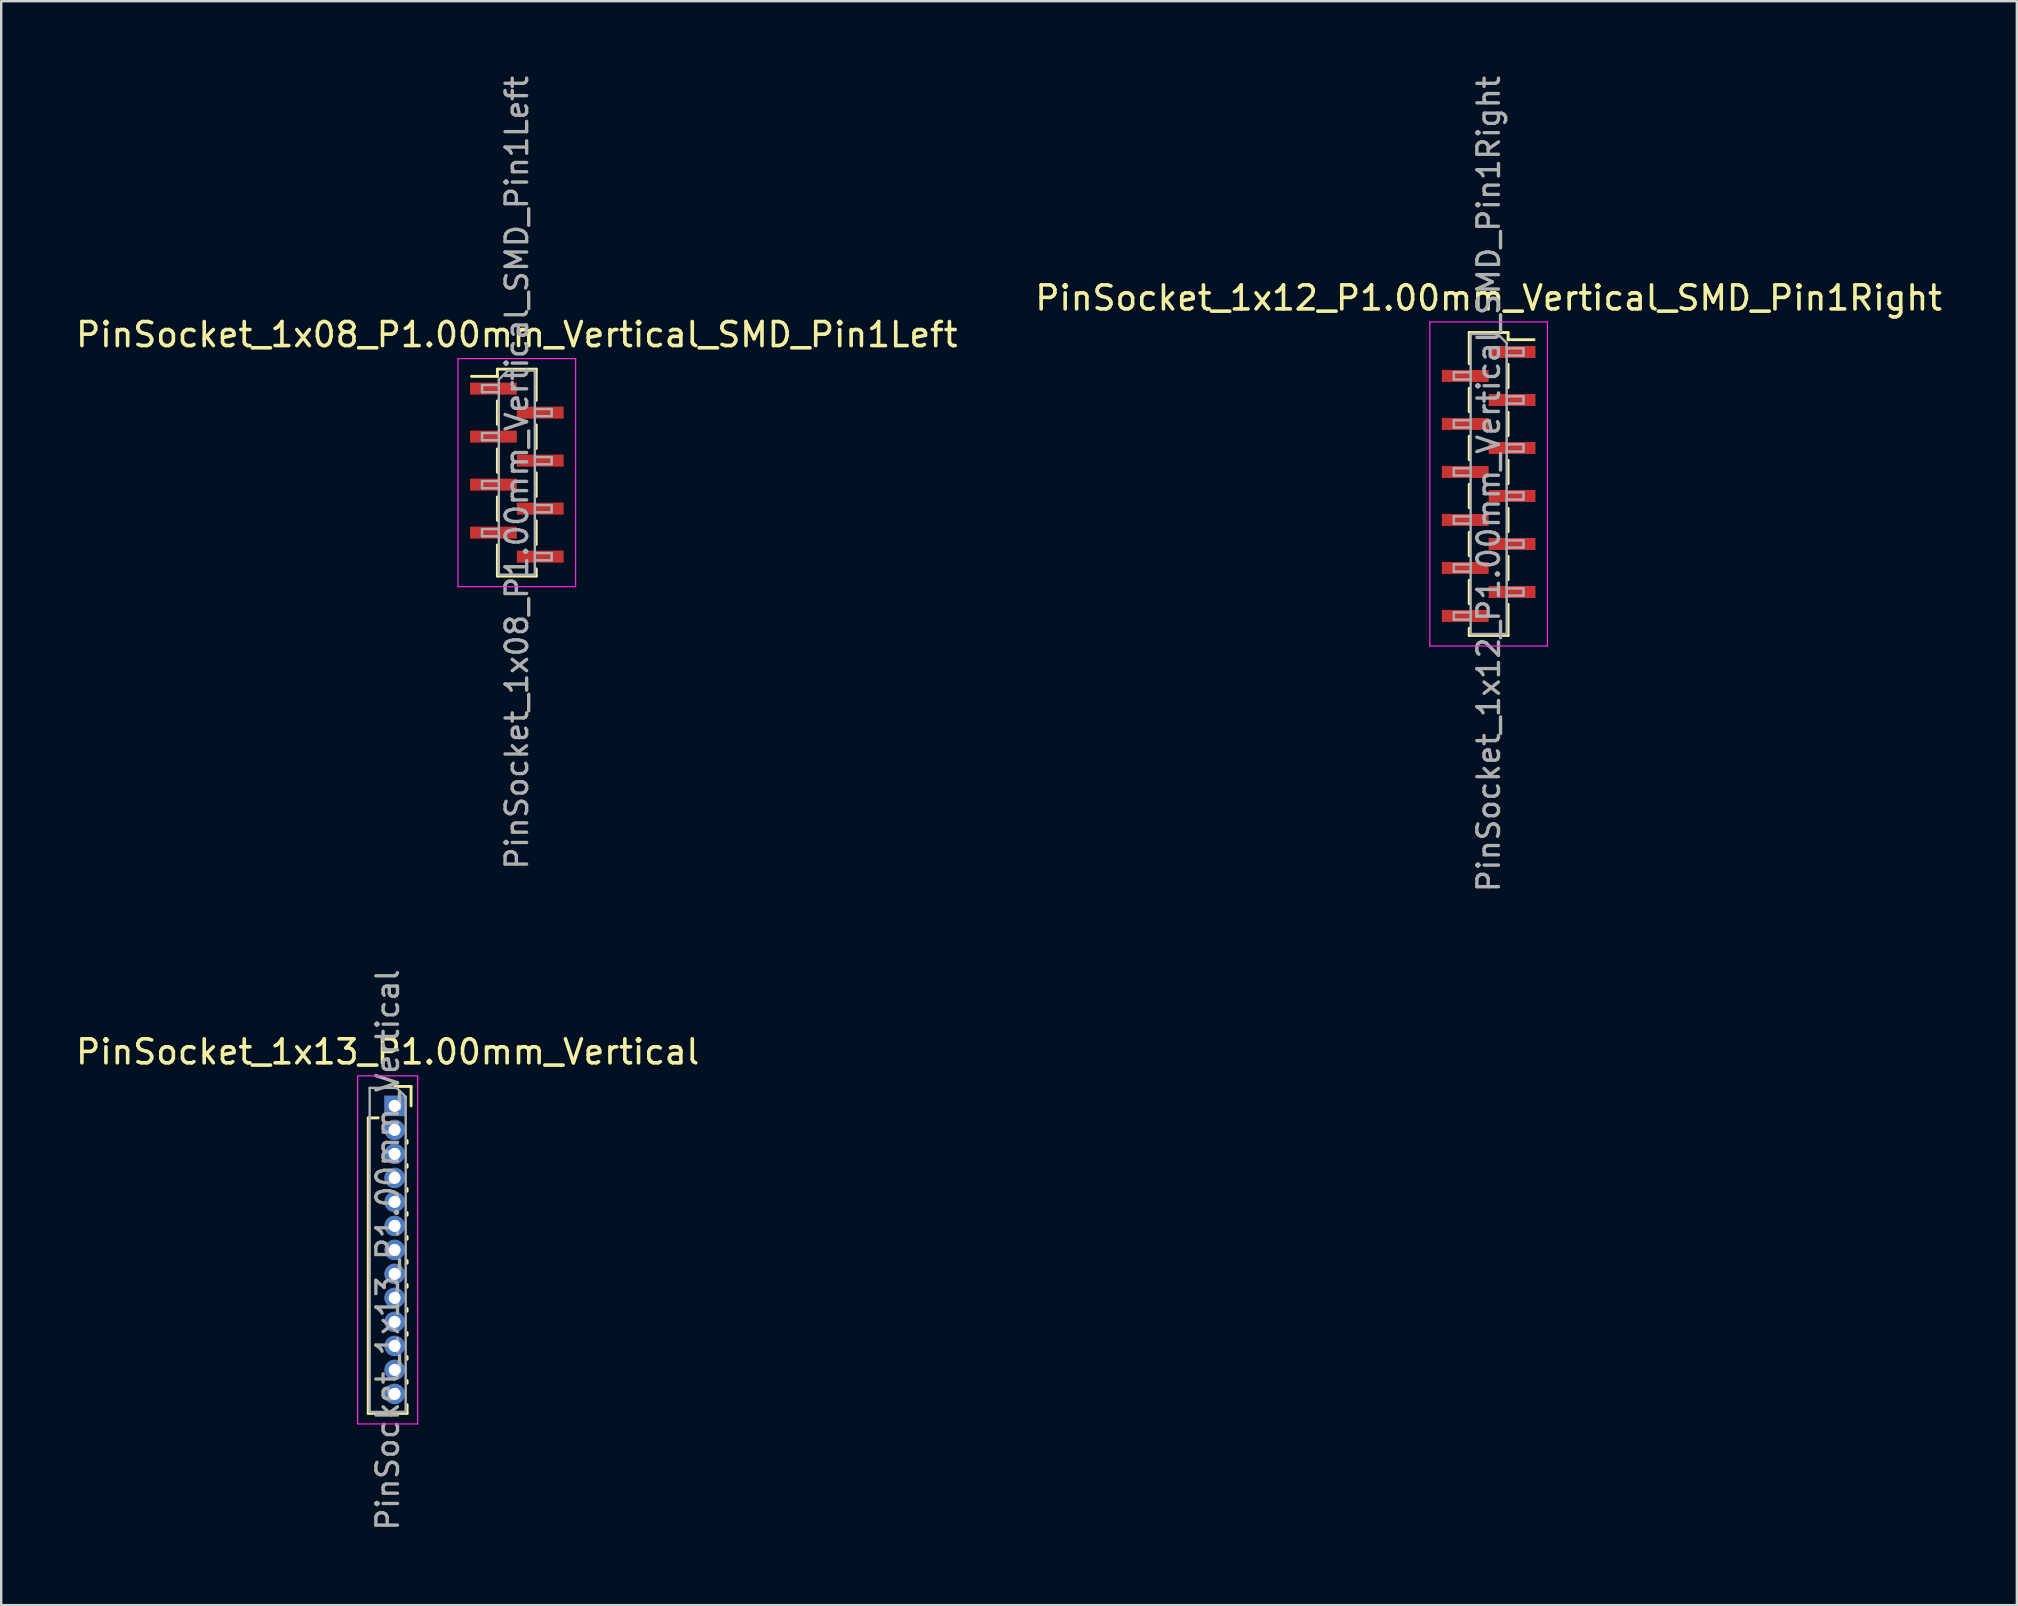
<source format=kicad_pcb>
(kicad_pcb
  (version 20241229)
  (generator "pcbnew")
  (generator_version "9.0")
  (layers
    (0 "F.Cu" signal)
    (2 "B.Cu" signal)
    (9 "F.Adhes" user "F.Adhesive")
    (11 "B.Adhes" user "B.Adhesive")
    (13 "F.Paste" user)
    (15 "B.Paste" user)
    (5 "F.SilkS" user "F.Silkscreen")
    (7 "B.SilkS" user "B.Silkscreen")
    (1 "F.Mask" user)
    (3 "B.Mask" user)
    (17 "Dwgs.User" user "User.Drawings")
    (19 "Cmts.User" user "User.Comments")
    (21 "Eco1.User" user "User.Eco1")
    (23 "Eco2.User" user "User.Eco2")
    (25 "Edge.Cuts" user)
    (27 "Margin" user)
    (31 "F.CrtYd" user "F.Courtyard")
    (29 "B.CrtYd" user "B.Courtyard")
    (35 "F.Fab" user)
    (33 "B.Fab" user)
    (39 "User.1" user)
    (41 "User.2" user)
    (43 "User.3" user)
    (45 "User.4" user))
  (footprint "PinSocket_1x12_P1.00mm_Vertical_SMD_Pin1Right"
    (layer "F.Cu")
    (at 58.97 17.113)
    (property "Reference" "PinSocket_1x12_P1.00mm_Vertical_SMD_Pin1Right" (at 0 -7.75 0) (layer "F.SilkS") (effects (font (size 1 1) (thickness 0.15))))
    (attr smd)
    (fp_line (start -0.81 -6.31) (end -0.81 -5.01) (stroke (width 0.12) (type solid)) (layer "F.SilkS"))
    (fp_line (start -0.81 -6.31) (end 0.81 -6.31) (stroke (width 0.12) (type solid)) (layer "F.SilkS"))
    (fp_line (start -0.81 -3.99) (end -0.81 -3.01) (stroke (width 0.12) (type solid)) (layer "F.SilkS"))
    (fp_line (start -0.81 -1.99) (end -0.81 -1.01) (stroke (width 0.12) (type solid)) (layer "F.SilkS"))
    (fp_line (start -0.81 0.01) (end -0.81 0.99) (stroke (width 0.12) (type solid)) (layer "F.SilkS"))
    (fp_line (start -0.81 2.01) (end -0.81 2.99) (stroke (width 0.12) (type solid)) (layer "F.SilkS"))
    (fp_line (start -0.81 4.01) (end -0.81 4.99) (stroke (width 0.12) (type solid)) (layer "F.SilkS"))
    (fp_line (start -0.81 6.01) (end -0.81 6.31) (stroke (width 0.12) (type solid)) (layer "F.SilkS"))
    (fp_line (start -0.81 6.31) (end 0.81 6.31) (stroke (width 0.12) (type solid)) (layer "F.SilkS"))
    (fp_line (start 0.81 -6.31) (end 0.81 -6.01) (stroke (width 0.12) (type solid)) (layer "F.SilkS"))
    (fp_line (start 0.81 -6.01) (end 1.89 -6.01) (stroke (width 0.12) (type solid)) (layer "F.SilkS"))
    (fp_line (start 0.81 -4.99) (end 0.81 -4.01) (stroke (width 0.12) (type solid)) (layer "F.SilkS"))
    (fp_line (start 0.81 -2.99) (end 0.81 -2.01) (stroke (width 0.12) (type solid)) (layer "F.SilkS"))
    (fp_line (start 0.81 -0.99) (end 0.81 -0.01) (stroke (width 0.12) (type solid)) (layer "F.SilkS"))
    (fp_line (start 0.81 1.01) (end 0.81 1.99) (stroke (width 0.12) (type solid)) (layer "F.SilkS"))
    (fp_line (start 0.81 3.01) (end 0.81 3.99) (stroke (width 0.12) (type solid)) (layer "F.SilkS"))
    (fp_line (start 0.81 5.01) (end 0.81 6.31) (stroke (width 0.12) (type solid)) (layer "F.SilkS"))
    (fp_line (start -2.45 -6.75) (end 2.45 -6.75) (stroke (width 0.05) (type solid)) (layer "F.CrtYd"))
    (fp_line (start -2.45 6.75) (end -2.45 -6.75) (stroke (width 0.05) (type solid)) (layer "F.CrtYd"))
    (fp_line (start 2.45 -6.75) (end 2.45 6.75) (stroke (width 0.05) (type solid)) (layer "F.CrtYd"))
    (fp_line (start 2.45 6.75) (end -2.45 6.75) (stroke (width 0.05) (type solid)) (layer "F.CrtYd"))
    (fp_line (start -1.45 -4.65) (end -0.75 -4.65) (stroke (width 0.1) (type solid)) (layer "F.Fab"))
    (fp_line (start -1.45 -4.35) (end -1.45 -4.65) (stroke (width 0.1) (type solid)) (layer "F.Fab"))
    (fp_line (start -1.45 -2.65) (end -0.75 -2.65) (stroke (width 0.1) (type solid)) (layer "F.Fab"))
    (fp_line (start -1.45 -2.35) (end -1.45 -2.65) (stroke (width 0.1) (type solid)) (layer "F.Fab"))
    (fp_line (start -1.45 -0.65) (end -0.75 -0.65) (stroke (width 0.1) (type solid)) (layer "F.Fab"))
    (fp_line (start -1.45 -0.35) (end -1.45 -0.65) (stroke (width 0.1) (type solid)) (layer "F.Fab"))
    (fp_line (start -1.45 1.35) (end -0.75 1.35) (stroke (width 0.1) (type solid)) (layer "F.Fab"))
    (fp_line (start -1.45 1.65) (end -1.45 1.35) (stroke (width 0.1) (type solid)) (layer "F.Fab"))
    (fp_line (start -1.45 3.35) (end -0.75 3.35) (stroke (width 0.1) (type solid)) (layer "F.Fab"))
    (fp_line (start -1.45 3.65) (end -1.45 3.35) (stroke (width 0.1) (type solid)) (layer "F.Fab"))
    (fp_line (start -1.45 5.35) (end -0.75 5.35) (stroke (width 0.1) (type solid)) (layer "F.Fab"))
    (fp_line (start -1.45 5.65) (end -1.45 5.35) (stroke (width 0.1) (type solid)) (layer "F.Fab"))
    (fp_line (start -0.75 -6.25) (end 0.375 -6.25) (stroke (width 0.1) (type solid)) (layer "F.Fab"))
    (fp_line (start -0.75 -4.35) (end -1.45 -4.35) (stroke (width 0.1) (type solid)) (layer "F.Fab"))
    (fp_line (start -0.75 -2.35) (end -1.45 -2.35) (stroke (width 0.1) (type solid)) (layer "F.Fab"))
    (fp_line (start -0.75 -0.35) (end -1.45 -0.35) (stroke (width 0.1) (type solid)) (layer "F.Fab"))
    (fp_line (start -0.75 1.65) (end -1.45 1.65) (stroke (width 0.1) (type solid)) (layer "F.Fab"))
    (fp_line (start -0.75 3.65) (end -1.45 3.65) (stroke (width 0.1) (type solid)) (layer "F.Fab"))
    (fp_line (start -0.75 5.65) (end -1.45 5.65) (stroke (width 0.1) (type solid)) (layer "F.Fab"))
    (fp_line (start -0.75 6.25) (end -0.75 -6.25) (stroke (width 0.1) (type solid)) (layer "F.Fab"))
    (fp_line (start 0.375 -6.25) (end 0.75 -5.875) (stroke (width 0.1) (type solid)) (layer "F.Fab"))
    (fp_line (start 0.75 -5.875) (end 0.75 6.25) (stroke (width 0.1) (type solid)) (layer "F.Fab"))
    (fp_line (start 0.75 -5.65) (end 1.45 -5.65) (stroke (width 0.1) (type solid)) (layer "F.Fab"))
    (fp_line (start 0.75 -3.65) (end 1.45 -3.65) (stroke (width 0.1) (type solid)) (layer "F.Fab"))
    (fp_line (start 0.75 -1.65) (end 1.45 -1.65) (stroke (width 0.1) (type solid)) (layer "F.Fab"))
    (fp_line (start 0.75 0.35) (end 1.45 0.35) (stroke (width 0.1) (type solid)) (layer "F.Fab"))
    (fp_line (start 0.75 2.35) (end 1.45 2.35) (stroke (width 0.1) (type solid)) (layer "F.Fab"))
    (fp_line (start 0.75 4.35) (end 1.45 4.35) (stroke (width 0.1) (type solid)) (layer "F.Fab"))
    (fp_line (start 0.75 6.25) (end -0.75 6.25) (stroke (width 0.1) (type solid)) (layer "F.Fab"))
    (fp_line (start 1.45 -5.65) (end 1.45 -5.35) (stroke (width 0.1) (type solid)) (layer "F.Fab"))
    (fp_line (start 1.45 -5.35) (end 0.75 -5.35) (stroke (width 0.1) (type solid)) (layer "F.Fab"))
    (fp_line (start 1.45 -3.65) (end 1.45 -3.35) (stroke (width 0.1) (type solid)) (layer "F.Fab"))
    (fp_line (start 1.45 -3.35) (end 0.75 -3.35) (stroke (width 0.1) (type solid)) (layer "F.Fab"))
    (fp_line (start 1.45 -1.65) (end 1.45 -1.35) (stroke (width 0.1) (type solid)) (layer "F.Fab"))
    (fp_line (start 1.45 -1.35) (end 0.75 -1.35) (stroke (width 0.1) (type solid)) (layer "F.Fab"))
    (fp_line (start 1.45 0.35) (end 1.45 0.65) (stroke (width 0.1) (type solid)) (layer "F.Fab"))
    (fp_line (start 1.45 0.65) (end 0.75 0.65) (stroke (width 0.1) (type solid)) (layer "F.Fab"))
    (fp_line (start 1.45 2.35) (end 1.45 2.65) (stroke (width 0.1) (type solid)) (layer "F.Fab"))
    (fp_line (start 1.45 2.65) (end 0.75 2.65) (stroke (width 0.1) (type solid)) (layer "F.Fab"))
    (fp_line (start 1.45 4.35) (end 1.45 4.65) (stroke (width 0.1) (type solid)) (layer "F.Fab"))
    (fp_line (start 1.45 4.65) (end 0.75 4.65) (stroke (width 0.1) (type solid)) (layer "F.Fab"))
    (fp_text user "${REFERENCE}" (at 0 0 90) (layer "F.Fab") (effects (font (size 0.9 0.9) (thickness 0.14))))
    (pad "1" smd rect (at 0.975 -5.5) (size 1.95 0.5) (layers "F.Cu" "F.Mask" "F.Paste"))
    (pad "2" smd rect (at -0.975 -4.5) (size 1.95 0.5) (layers "F.Cu" "F.Mask" "F.Paste"))
    (pad "3" smd rect (at 0.975 -3.5) (size 1.95 0.5) (layers "F.Cu" "F.Mask" "F.Paste"))
    (pad "4" smd rect (at -0.975 -2.5) (size 1.95 0.5) (layers "F.Cu" "F.Mask" "F.Paste"))
    (pad "5" smd rect (at 0.975 -1.5) (size 1.95 0.5) (layers "F.Cu" "F.Mask" "F.Paste"))
    (pad "6" smd rect (at -0.975 -0.5) (size 1.95 0.5) (layers "F.Cu" "F.Mask" "F.Paste"))
    (pad "7" smd rect (at 0.975 0.5) (size 1.95 0.5) (layers "F.Cu" "F.Mask" "F.Paste"))
    (pad "8" smd rect (at -0.975 1.5) (size 1.95 0.5) (layers "F.Cu" "F.Mask" "F.Paste"))
    (pad "9" smd rect (at 0.975 2.5) (size 1.95 0.5) (layers "F.Cu" "F.Mask" "F.Paste"))
    (pad "10" smd rect (at -0.975 3.5) (size 1.95 0.5) (layers "F.Cu" "F.Mask" "F.Paste"))
    (pad "11" smd rect (at 0.975 4.5) (size 1.95 0.5) (layers "F.Cu" "F.Mask" "F.Paste"))
    (pad "12" smd rect (at -0.975 5.5) (size 1.95 0.5) (layers "F.Cu" "F.Mask" "F.Paste")))
  (footprint "PinSocket_1x13_P1.00mm_Vertical"
    (layer "F.Cu")
    (at 13.391 43.024)
    (property "Reference" "PinSocket_1x13_P1.00mm_Vertical" (at -0.29 -2.25 0) (layer "F.SilkS") (effects (font (size 1 1) (thickness 0.15))))
    (attr through_hole)
    (fp_line (start -1.1 0.5) (end -1.1 12.81) (stroke (width 0.12) (type solid)) (layer "F.SilkS"))
    (fp_line (start -1.1 0.5) (end -0.685 0.5) (stroke (width 0.12) (type solid)) (layer "F.SilkS"))
    (fp_line (start -1.1 12.81) (end 0.52 12.81) (stroke (width 0.12) (type solid)) (layer "F.SilkS"))
    (fp_line (start 0 -0.81) (end 0.685 -0.81) (stroke (width 0.12) (type solid)) (layer "F.SilkS"))
    (fp_line (start 0.52 1.446) (end 0.52 1.554) (stroke (width 0.12) (type solid)) (layer "F.SilkS"))
    (fp_line (start 0.52 2.446) (end 0.52 2.554) (stroke (width 0.12) (type solid)) (layer "F.SilkS"))
    (fp_line (start 0.52 3.446) (end 0.52 3.554) (stroke (width 0.12) (type solid)) (layer "F.SilkS"))
    (fp_line (start 0.52 4.446) (end 0.52 4.554) (stroke (width 0.12) (type solid)) (layer "F.SilkS"))
    (fp_line (start 0.52 5.446) (end 0.52 5.554) (stroke (width 0.12) (type solid)) (layer "F.SilkS"))
    (fp_line (start 0.52 6.446) (end 0.52 6.554) (stroke (width 0.12) (type solid)) (layer "F.SilkS"))
    (fp_line (start 0.52 7.446) (end 0.52 7.554) (stroke (width 0.12) (type solid)) (layer "F.SilkS"))
    (fp_line (start 0.52 8.446) (end 0.52 8.554) (stroke (width 0.12) (type solid)) (layer "F.SilkS"))
    (fp_line (start 0.52 9.446) (end 0.52 9.554) (stroke (width 0.12) (type solid)) (layer "F.SilkS"))
    (fp_line (start 0.52 10.446) (end 0.52 10.554) (stroke (width 0.12) (type solid)) (layer "F.SilkS"))
    (fp_line (start 0.52 11.446) (end 0.52 11.554) (stroke (width 0.12) (type solid)) (layer "F.SilkS"))
    (fp_line (start 0.52 12.446) (end 0.52 12.81) (stroke (width 0.12) (type solid)) (layer "F.SilkS"))
    (fp_line (start 0.685 -0.81) (end 0.685 0) (stroke (width 0.12) (type solid)) (layer "F.SilkS"))
    (fp_line (start -1.54 -1.25) (end 0.96 -1.25) (stroke (width 0.05) (type solid)) (layer "F.CrtYd"))
    (fp_line (start -1.54 13.25) (end -1.54 -1.25) (stroke (width 0.05) (type solid)) (layer "F.CrtYd"))
    (fp_line (start 0.96 -1.25) (end 0.96 13.25) (stroke (width 0.05) (type solid)) (layer "F.CrtYd"))
    (fp_line (start 0.96 13.25) (end -1.54 13.25) (stroke (width 0.05) (type solid)) (layer "F.CrtYd"))
    (fp_line (start -1.04 -0.75) (end 0.085 -0.75) (stroke (width 0.1) (type solid)) (layer "F.Fab"))
    (fp_line (start -1.04 12.75) (end -1.04 -0.75) (stroke (width 0.1) (type solid)) (layer "F.Fab"))
    (fp_line (start 0.085 -0.75) (end 0.46 -0.375) (stroke (width 0.1) (type solid)) (layer "F.Fab"))
    (fp_line (start 0.46 -0.375) (end 0.46 12.75) (stroke (width 0.1) (type solid)) (layer "F.Fab"))
    (fp_line (start 0.46 12.75) (end -1.04 12.75) (stroke (width 0.1) (type solid)) (layer "F.Fab"))
    (fp_text user "${REFERENCE}" (at -0.29 6 90) (layer "F.Fab") (effects (font (size 0.9 0.9) (thickness 0.14))))
    (pad "1" thru_hole rect (at 0 0) (size 0.85 0.85) (drill 0.5) (layers "*.Cu" "*.Mask"))
    (pad "2" thru_hole oval (at 0 1) (size 0.85 0.85) (drill 0.5) (layers "*.Cu" "*.Mask"))
    (pad "3" thru_hole oval (at 0 2) (size 0.85 0.85) (drill 0.5) (layers "*.Cu" "*.Mask"))
    (pad "4" thru_hole oval (at 0 3) (size 0.85 0.85) (drill 0.5) (layers "*.Cu" "*.Mask"))
    (pad "5" thru_hole oval (at 0 4) (size 0.85 0.85) (drill 0.5) (layers "*.Cu" "*.Mask"))
    (pad "6" thru_hole oval (at 0 5) (size 0.85 0.85) (drill 0.5) (layers "*.Cu" "*.Mask"))
    (pad "7" thru_hole oval (at 0 6) (size 0.85 0.85) (drill 0.5) (layers "*.Cu" "*.Mask"))
    (pad "8" thru_hole oval (at 0 7) (size 0.85 0.85) (drill 0.5) (layers "*.Cu" "*.Mask"))
    (pad "9" thru_hole oval (at 0 8) (size 0.85 0.85) (drill 0.5) (layers "*.Cu" "*.Mask"))
    (pad "10" thru_hole oval (at 0 9) (size 0.85 0.85) (drill 0.5) (layers "*.Cu" "*.Mask"))
    (pad "11" thru_hole oval (at 0 10) (size 0.85 0.85) (drill 0.5) (layers "*.Cu" "*.Mask"))
    (pad "12" thru_hole oval (at 0 11) (size 0.85 0.85) (drill 0.5) (layers "*.Cu" "*.Mask"))
    (pad "13" thru_hole oval (at 0 12) (size 0.85 0.85) (drill 0.5) (layers "*.Cu" "*.Mask")))
  (footprint "PinSocket_1x08_P1.00mm_Vertical_SMD_Pin1Left"
    (layer "F.Cu")
    (at 18.482 16.641)
    (property "Reference" "PinSocket_1x08_P1.00mm_Vertical_SMD_Pin1Left" (at 0 -5.75 0) (layer "F.SilkS") (effects (font (size 1 1) (thickness 0.15))))
    (attr smd)
    (fp_line (start -1.89 -4.01) (end -0.81 -4.01) (stroke (width 0.12) (type solid)) (layer "F.SilkS"))
    (fp_line (start -0.81 -4.31) (end -0.81 -4.01) (stroke (width 0.12) (type solid)) (layer "F.SilkS"))
    (fp_line (start -0.81 -4.31) (end 0.81 -4.31) (stroke (width 0.12) (type solid)) (layer "F.SilkS"))
    (fp_line (start -0.81 -2.99) (end -0.81 -2.01) (stroke (width 0.12) (type solid)) (layer "F.SilkS"))
    (fp_line (start -0.81 -0.99) (end -0.81 -0.01) (stroke (width 0.12) (type solid)) (layer "F.SilkS"))
    (fp_line (start -0.81 1.01) (end -0.81 1.99) (stroke (width 0.12) (type solid)) (layer "F.SilkS"))
    (fp_line (start -0.81 3.01) (end -0.81 4.31) (stroke (width 0.12) (type solid)) (layer "F.SilkS"))
    (fp_line (start -0.81 4.31) (end 0.81 4.31) (stroke (width 0.12) (type solid)) (layer "F.SilkS"))
    (fp_line (start 0.81 -4.31) (end 0.81 -3.01) (stroke (width 0.12) (type solid)) (layer "F.SilkS"))
    (fp_line (start 0.81 -1.99) (end 0.81 -1.01) (stroke (width 0.12) (type solid)) (layer "F.SilkS"))
    (fp_line (start 0.81 0.01) (end 0.81 0.99) (stroke (width 0.12) (type solid)) (layer "F.SilkS"))
    (fp_line (start 0.81 2.01) (end 0.81 2.99) (stroke (width 0.12) (type solid)) (layer "F.SilkS"))
    (fp_line (start 0.81 4.01) (end 0.81 4.31) (stroke (width 0.12) (type solid)) (layer "F.SilkS"))
    (fp_line (start -2.45 -4.75) (end 2.45 -4.75) (stroke (width 0.05) (type solid)) (layer "F.CrtYd"))
    (fp_line (start -2.45 4.75) (end -2.45 -4.75) (stroke (width 0.05) (type solid)) (layer "F.CrtYd"))
    (fp_line (start 2.45 -4.75) (end 2.45 4.75) (stroke (width 0.05) (type solid)) (layer "F.CrtYd"))
    (fp_line (start 2.45 4.75) (end -2.45 4.75) (stroke (width 0.05) (type solid)) (layer "F.CrtYd"))
    (fp_line (start -1.45 -3.65) (end -0.75 -3.65) (stroke (width 0.1) (type solid)) (layer "F.Fab"))
    (fp_line (start -1.45 -3.35) (end -1.45 -3.65) (stroke (width 0.1) (type solid)) (layer "F.Fab"))
    (fp_line (start -1.45 -1.65) (end -0.75 -1.65) (stroke (width 0.1) (type solid)) (layer "F.Fab"))
    (fp_line (start -1.45 -1.35) (end -1.45 -1.65) (stroke (width 0.1) (type solid)) (layer "F.Fab"))
    (fp_line (start -1.45 0.35) (end -0.75 0.35) (stroke (width 0.1) (type solid)) (layer "F.Fab"))
    (fp_line (start -1.45 0.65) (end -1.45 0.35) (stroke (width 0.1) (type solid)) (layer "F.Fab"))
    (fp_line (start -1.45 2.35) (end -0.75 2.35) (stroke (width 0.1) (type solid)) (layer "F.Fab"))
    (fp_line (start -1.45 2.65) (end -1.45 2.35) (stroke (width 0.1) (type solid)) (layer "F.Fab"))
    (fp_line (start -0.75 -3.875) (end -0.375 -4.25) (stroke (width 0.1) (type solid)) (layer "F.Fab"))
    (fp_line (start -0.75 -3.35) (end -1.45 -3.35) (stroke (width 0.1) (type solid)) (layer "F.Fab"))
    (fp_line (start -0.75 -1.35) (end -1.45 -1.35) (stroke (width 0.1) (type solid)) (layer "F.Fab"))
    (fp_line (start -0.75 0.65) (end -1.45 0.65) (stroke (width 0.1) (type solid)) (layer "F.Fab"))
    (fp_line (start -0.75 2.65) (end -1.45 2.65) (stroke (width 0.1) (type solid)) (layer "F.Fab"))
    (fp_line (start -0.75 4.25) (end -0.75 -3.875) (stroke (width 0.1) (type solid)) (layer "F.Fab"))
    (fp_line (start -0.375 -4.25) (end 0.75 -4.25) (stroke (width 0.1) (type solid)) (layer "F.Fab"))
    (fp_line (start 0.75 -4.25) (end 0.75 4.25) (stroke (width 0.1) (type solid)) (layer "F.Fab"))
    (fp_line (start 0.75 -2.65) (end 1.45 -2.65) (stroke (width 0.1) (type solid)) (layer "F.Fab"))
    (fp_line (start 0.75 -0.65) (end 1.45 -0.65) (stroke (width 0.1) (type solid)) (layer "F.Fab"))
    (fp_line (start 0.75 1.35) (end 1.45 1.35) (stroke (width 0.1) (type solid)) (layer "F.Fab"))
    (fp_line (start 0.75 3.35) (end 1.45 3.35) (stroke (width 0.1) (type solid)) (layer "F.Fab"))
    (fp_line (start 0.75 4.25) (end -0.75 4.25) (stroke (width 0.1) (type solid)) (layer "F.Fab"))
    (fp_line (start 1.45 -2.65) (end 1.45 -2.35) (stroke (width 0.1) (type solid)) (layer "F.Fab"))
    (fp_line (start 1.45 -2.35) (end 0.75 -2.35) (stroke (width 0.1) (type solid)) (layer "F.Fab"))
    (fp_line (start 1.45 -0.65) (end 1.45 -0.35) (stroke (width 0.1) (type solid)) (layer "F.Fab"))
    (fp_line (start 1.45 -0.35) (end 0.75 -0.35) (stroke (width 0.1) (type solid)) (layer "F.Fab"))
    (fp_line (start 1.45 1.35) (end 1.45 1.65) (stroke (width 0.1) (type solid)) (layer "F.Fab"))
    (fp_line (start 1.45 1.65) (end 0.75 1.65) (stroke (width 0.1) (type solid)) (layer "F.Fab"))
    (fp_line (start 1.45 3.35) (end 1.45 3.65) (stroke (width 0.1) (type solid)) (layer "F.Fab"))
    (fp_line (start 1.45 3.65) (end 0.75 3.65) (stroke (width 0.1) (type solid)) (layer "F.Fab"))
    (fp_text user "${REFERENCE}" (at 0 0 90) (layer "F.Fab") (effects (font (size 0.9 0.9) (thickness 0.14))))
    (pad "1" smd rect (at -0.975 -3.5) (size 1.95 0.5) (layers "F.Cu" "F.Mask" "F.Paste"))
    (pad "2" smd rect (at 0.975 -2.5) (size 1.95 0.5) (layers "F.Cu" "F.Mask" "F.Paste"))
    (pad "3" smd rect (at -0.975 -1.5) (size 1.95 0.5) (layers "F.Cu" "F.Mask" "F.Paste"))
    (pad "4" smd rect (at 0.975 -0.5) (size 1.95 0.5) (layers "F.Cu" "F.Mask" "F.Paste"))
    (pad "5" smd rect (at -0.975 0.5) (size 1.95 0.5) (layers "F.Cu" "F.Mask" "F.Paste"))
    (pad "6" smd rect (at 0.975 1.5) (size 1.95 0.5) (layers "F.Cu" "F.Mask" "F.Paste"))
    (pad "7" smd rect (at -0.975 2.5) (size 1.95 0.5) (layers "F.Cu" "F.Mask" "F.Paste"))
    (pad "8" smd rect (at 0.975 3.5) (size 1.95 0.5) (layers "F.Cu" "F.Mask" "F.Paste")))
  (gr_rect
    (start -3 -3)
    (end 80.976 63.823)
    (stroke (width 0.1) (type default))
    (fill no)
    (layer "Edge.Cuts")))
</source>
